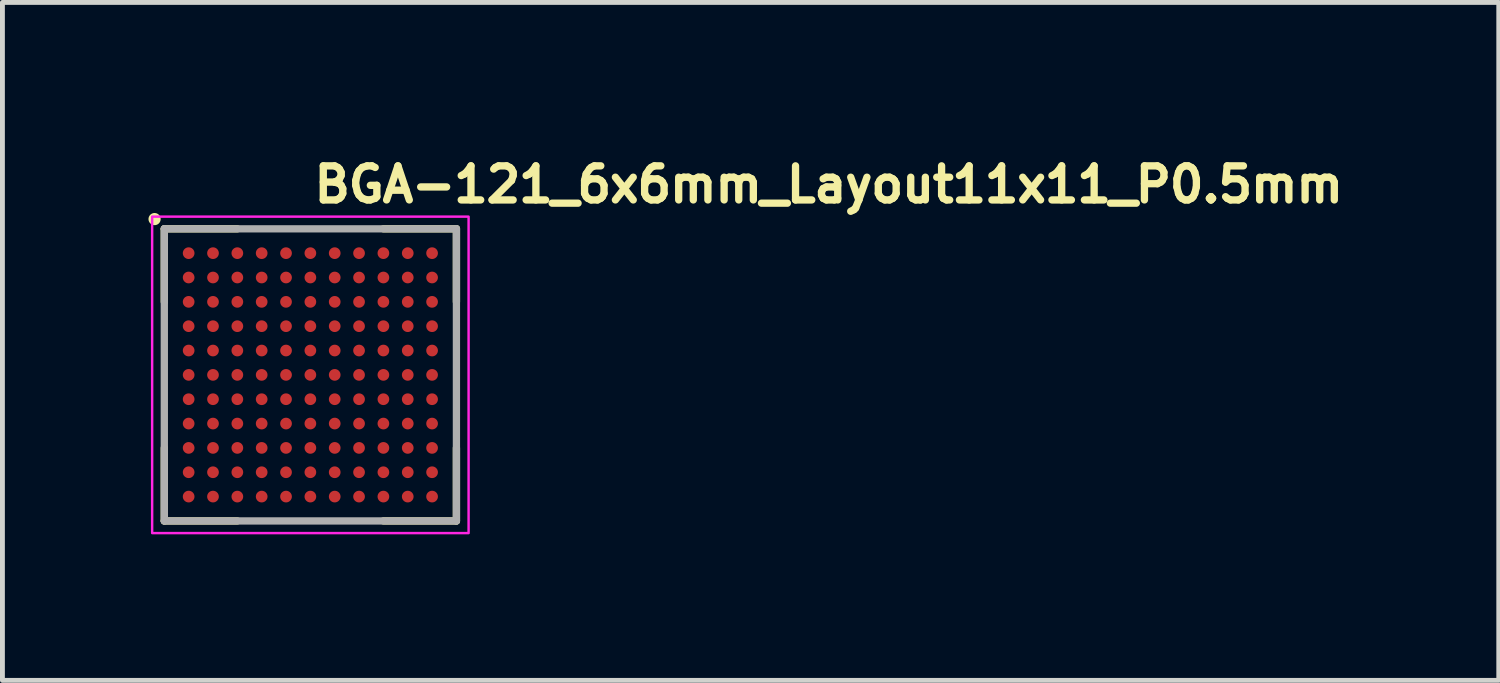
<source format=kicad_pcb>
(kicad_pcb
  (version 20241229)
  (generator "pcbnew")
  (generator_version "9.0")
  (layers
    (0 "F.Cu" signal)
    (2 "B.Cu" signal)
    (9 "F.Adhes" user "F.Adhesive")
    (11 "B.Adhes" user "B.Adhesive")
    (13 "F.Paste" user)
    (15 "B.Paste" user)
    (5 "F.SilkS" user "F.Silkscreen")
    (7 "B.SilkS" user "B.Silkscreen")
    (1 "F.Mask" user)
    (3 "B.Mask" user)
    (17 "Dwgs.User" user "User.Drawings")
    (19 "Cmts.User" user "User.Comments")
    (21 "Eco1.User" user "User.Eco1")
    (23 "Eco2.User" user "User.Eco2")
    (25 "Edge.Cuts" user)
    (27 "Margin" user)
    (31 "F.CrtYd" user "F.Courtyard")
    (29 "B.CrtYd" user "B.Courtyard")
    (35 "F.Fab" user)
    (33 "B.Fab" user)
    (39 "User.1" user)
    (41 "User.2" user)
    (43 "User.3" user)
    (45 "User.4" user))
  (footprint "BGA-121_6x6mm_Layout11x11_P0.5mm"
    (layer "F.Cu")
    (at 3.325 4.65)
    (property "Reference" "BGA-121_6x6mm_Layout11x11_P0.5mm" (at 0 -3.5 0) (layer "F.SilkS") (effects (font (size 0.7 0.7) (thickness 0.15)) (justify left bottom)))
    (attr smd)
    (fp_line (start -3 -3) (end -3 -1.5) (stroke (width 0.15) (type solid)) (layer "F.SilkS"))
    (fp_line (start -3 -3) (end -1.5 -3) (stroke (width 0.15) (type solid)) (layer "F.SilkS"))
    (fp_line (start -3 3) (end -3 1.5) (stroke (width 0.15) (type solid)) (layer "F.SilkS"))
    (fp_line (start -3 3) (end -1.5 3) (stroke (width 0.15) (type solid)) (layer "F.SilkS"))
    (fp_line (start 3 -3) (end 1.5 -3) (stroke (width 0.15) (type solid)) (layer "F.SilkS"))
    (fp_line (start 3 -3) (end 3 -1.5) (stroke (width 0.15) (type solid)) (layer "F.SilkS"))
    (fp_line (start 3 3) (end 1.5 3) (stroke (width 0.15) (type solid)) (layer "F.SilkS"))
    (fp_line (start 3 3) (end 3 1.5) (stroke (width 0.15) (type solid)) (layer "F.SilkS"))
    (fp_circle (center -3.2 -3.2) (end -3.15 -3.2) (stroke (width 0.15) (type solid)) (fill yes) (layer "F.SilkS"))
    (fp_rect (start -3.25 -3.25) (end 3.25 3.25) (stroke (width 0.05) (type solid)) (fill no) (layer "F.CrtYd"))
    (fp_line (start -3 3) (end -3 -3) (stroke (width 0.15) (type solid)) (layer "F.Fab"))
    (fp_line (start 3 -3) (end -3 -3) (stroke (width 0.15) (type solid)) (layer "F.Fab"))
    (fp_line (start 3 3) (end -3 3) (stroke (width 0.15) (type solid)) (layer "F.Fab"))
    (fp_line (start 3 3) (end 3 -3) (stroke (width 0.15) (type solid)) (layer "F.Fab"))
    (fp_rect (start -3 -3) (end 3 3) (stroke (width 0.1) (type solid)) (fill no) (layer "User.5"))
    (fp_line (start -3 -3) (end -3 3) (stroke (width 0.02) (type solid)) (layer "User.9"))
    (fp_line (start -3 3) (end 3 3) (stroke (width 0.02) (type solid)) (layer "User.9"))
    (fp_line (start 3 -3) (end -3 -3) (stroke (width 0.02) (type solid)) (layer "User.9"))
    (fp_line (start 3 3) (end 3 -3) (stroke (width 0.02) (type solid)) (layer "User.9"))
    (pad "A1" smd circle (at -2.5 -2.5) (size 0.24 0.24) (layers "F.Cu" "F.Mask" "F.Paste"))
    (pad "A2" smd circle (at -2 -2.5) (size 0.24 0.24) (layers "F.Cu" "F.Mask" "F.Paste"))
    (pad "A3" smd circle (at -1.5 -2.5) (size 0.24 0.24) (layers "F.Cu" "F.Mask" "F.Paste"))
    (pad "A4" smd circle (at -1 -2.5) (size 0.24 0.24) (layers "F.Cu" "F.Mask" "F.Paste"))
    (pad "A5" smd circle (at -0.5 -2.5) (size 0.24 0.24) (layers "F.Cu" "F.Mask" "F.Paste"))
    (pad "A6" smd circle (at 0 -2.5) (size 0.24 0.24) (layers "F.Cu" "F.Mask" "F.Paste"))
    (pad "A7" smd circle (at 0.5 -2.5) (size 0.24 0.24) (layers "F.Cu" "F.Mask" "F.Paste"))
    (pad "A8" smd circle (at 1 -2.5) (size 0.24 0.24) (layers "F.Cu" "F.Mask" "F.Paste"))
    (pad "A9" smd circle (at 1.5 -2.5) (size 0.24 0.24) (layers "F.Cu" "F.Mask" "F.Paste"))
    (pad "A10" smd circle (at 2 -2.5) (size 0.24 0.24) (layers "F.Cu" "F.Mask" "F.Paste"))
    (pad "A11" smd circle (at 2.5 -2.5) (size 0.24 0.24) (layers "F.Cu" "F.Mask" "F.Paste"))
    (pad "B1" smd circle (at -2.5 -2) (size 0.24 0.24) (layers "F.Cu" "F.Mask" "F.Paste"))
    (pad "B2" smd circle (at -2 -2) (size 0.24 0.24) (layers "F.Cu" "F.Mask" "F.Paste"))
    (pad "B3" smd circle (at -1.5 -2) (size 0.24 0.24) (layers "F.Cu" "F.Mask" "F.Paste"))
    (pad "B4" smd circle (at -1 -2) (size 0.24 0.24) (layers "F.Cu" "F.Mask" "F.Paste"))
    (pad "B5" smd circle (at -0.5 -2) (size 0.24 0.24) (layers "F.Cu" "F.Mask" "F.Paste"))
    (pad "B6" smd circle (at 0 -2) (size 0.24 0.24) (layers "F.Cu" "F.Mask" "F.Paste"))
    (pad "B7" smd circle (at 0.5 -2) (size 0.24 0.24) (layers "F.Cu" "F.Mask" "F.Paste"))
    (pad "B8" smd circle (at 1 -2) (size 0.24 0.24) (layers "F.Cu" "F.Mask" "F.Paste"))
    (pad "B9" smd circle (at 1.5 -2) (size 0.24 0.24) (layers "F.Cu" "F.Mask" "F.Paste"))
    (pad "B10" smd circle (at 2 -2) (size 0.24 0.24) (layers "F.Cu" "F.Mask" "F.Paste"))
    (pad "B11" smd circle (at 2.5 -2) (size 0.24 0.24) (layers "F.Cu" "F.Mask" "F.Paste"))
    (pad "C1" smd circle (at -2.5 -1.5) (size 0.24 0.24) (layers "F.Cu" "F.Mask" "F.Paste"))
    (pad "C2" smd circle (at -2 -1.5) (size 0.24 0.24) (layers "F.Cu" "F.Mask" "F.Paste"))
    (pad "C3" smd circle (at -1.5 -1.5) (size 0.24 0.24) (layers "F.Cu" "F.Mask" "F.Paste"))
    (pad "C4" smd circle (at -1 -1.5) (size 0.24 0.24) (layers "F.Cu" "F.Mask" "F.Paste"))
    (pad "C5" smd circle (at -0.5 -1.5) (size 0.24 0.24) (layers "F.Cu" "F.Mask" "F.Paste"))
    (pad "C6" smd circle (at 0 -1.5) (size 0.24 0.24) (layers "F.Cu" "F.Mask" "F.Paste"))
    (pad "C7" smd circle (at 0.5 -1.5) (size 0.24 0.24) (layers "F.Cu" "F.Mask" "F.Paste"))
    (pad "C8" smd circle (at 1 -1.5) (size 0.24 0.24) (layers "F.Cu" "F.Mask" "F.Paste"))
    (pad "C9" smd circle (at 1.5 -1.5) (size 0.24 0.24) (layers "F.Cu" "F.Mask" "F.Paste"))
    (pad "C10" smd circle (at 2 -1.5) (size 0.24 0.24) (layers "F.Cu" "F.Mask" "F.Paste"))
    (pad "C11" smd circle (at 2.5 -1.5) (size 0.24 0.24) (layers "F.Cu" "F.Mask" "F.Paste"))
    (pad "D1" smd circle (at -2.5 -1) (size 0.24 0.24) (layers "F.Cu" "F.Mask" "F.Paste"))
    (pad "D2" smd circle (at -2 -1) (size 0.24 0.24) (layers "F.Cu" "F.Mask" "F.Paste"))
    (pad "D3" smd circle (at -1.5 -1) (size 0.24 0.24) (layers "F.Cu" "F.Mask" "F.Paste"))
    (pad "D4" smd circle (at -1 -1) (size 0.24 0.24) (layers "F.Cu" "F.Mask" "F.Paste"))
    (pad "D5" smd circle (at -0.5 -1) (size 0.24 0.24) (layers "F.Cu" "F.Mask" "F.Paste"))
    (pad "D6" smd circle (at 0 -1) (size 0.24 0.24) (layers "F.Cu" "F.Mask" "F.Paste"))
    (pad "D7" smd circle (at 0.5 -1) (size 0.24 0.24) (layers "F.Cu" "F.Mask" "F.Paste"))
    (pad "D8" smd circle (at 1 -1) (size 0.24 0.24) (layers "F.Cu" "F.Mask" "F.Paste"))
    (pad "D9" smd circle (at 1.5 -1) (size 0.24 0.24) (layers "F.Cu" "F.Mask" "F.Paste"))
    (pad "D10" smd circle (at 2 -1) (size 0.24 0.24) (layers "F.Cu" "F.Mask" "F.Paste"))
    (pad "D11" smd circle (at 2.5 -1) (size 0.24 0.24) (layers "F.Cu" "F.Mask" "F.Paste"))
    (pad "E1" smd circle (at -2.5 -0.5) (size 0.24 0.24) (layers "F.Cu" "F.Mask" "F.Paste"))
    (pad "E2" smd circle (at -2 -0.5) (size 0.24 0.24) (layers "F.Cu" "F.Mask" "F.Paste"))
    (pad "E3" smd circle (at -1.5 -0.5) (size 0.24 0.24) (layers "F.Cu" "F.Mask" "F.Paste"))
    (pad "E4" smd circle (at -1 -0.5) (size 0.24 0.24) (layers "F.Cu" "F.Mask" "F.Paste"))
    (pad "E5" smd circle (at -0.5 -0.5) (size 0.24 0.24) (layers "F.Cu" "F.Mask" "F.Paste"))
    (pad "E6" smd circle (at 0 -0.5) (size 0.24 0.24) (layers "F.Cu" "F.Mask" "F.Paste"))
    (pad "E7" smd circle (at 0.5 -0.5) (size 0.24 0.24) (layers "F.Cu" "F.Mask" "F.Paste"))
    (pad "E8" smd circle (at 1 -0.5) (size 0.24 0.24) (layers "F.Cu" "F.Mask" "F.Paste"))
    (pad "E9" smd circle (at 1.5 -0.5) (size 0.24 0.24) (layers "F.Cu" "F.Mask" "F.Paste"))
    (pad "E10" smd circle (at 2 -0.5) (size 0.24 0.24) (layers "F.Cu" "F.Mask" "F.Paste"))
    (pad "E11" smd circle (at 2.5 -0.5) (size 0.24 0.24) (layers "F.Cu" "F.Mask" "F.Paste"))
    (pad "F1" smd circle (at -2.5 0) (size 0.24 0.24) (layers "F.Cu" "F.Mask" "F.Paste"))
    (pad "F2" smd circle (at -2 0) (size 0.24 0.24) (layers "F.Cu" "F.Mask" "F.Paste"))
    (pad "F3" smd circle (at -1.5 0) (size 0.24 0.24) (layers "F.Cu" "F.Mask" "F.Paste"))
    (pad "F4" smd circle (at -1 0) (size 0.24 0.24) (layers "F.Cu" "F.Mask" "F.Paste"))
    (pad "F5" smd circle (at -0.5 0) (size 0.24 0.24) (layers "F.Cu" "F.Mask" "F.Paste"))
    (pad "F6" smd circle (at 0 0) (size 0.24 0.24) (layers "F.Cu" "F.Mask" "F.Paste"))
    (pad "F7" smd circle (at 0.5 0) (size 0.24 0.24) (layers "F.Cu" "F.Mask" "F.Paste"))
    (pad "F8" smd circle (at 1 0) (size 0.24 0.24) (layers "F.Cu" "F.Mask" "F.Paste"))
    (pad "F9" smd circle (at 1.5 0) (size 0.24 0.24) (layers "F.Cu" "F.Mask" "F.Paste"))
    (pad "F10" smd circle (at 2 0) (size 0.24 0.24) (layers "F.Cu" "F.Mask" "F.Paste"))
    (pad "F11" smd circle (at 2.5 0) (size 0.24 0.24) (layers "F.Cu" "F.Mask" "F.Paste"))
    (pad "G1" smd circle (at -2.5 0.5) (size 0.24 0.24) (layers "F.Cu" "F.Mask" "F.Paste"))
    (pad "G2" smd circle (at -2 0.5) (size 0.24 0.24) (layers "F.Cu" "F.Mask" "F.Paste"))
    (pad "G3" smd circle (at -1.5 0.5) (size 0.24 0.24) (layers "F.Cu" "F.Mask" "F.Paste"))
    (pad "G4" smd circle (at -1 0.5) (size 0.24 0.24) (layers "F.Cu" "F.Mask" "F.Paste"))
    (pad "G5" smd circle (at -0.5 0.5) (size 0.24 0.24) (layers "F.Cu" "F.Mask" "F.Paste"))
    (pad "G6" smd circle (at 0 0.5) (size 0.24 0.24) (layers "F.Cu" "F.Mask" "F.Paste"))
    (pad "G7" smd circle (at 0.5 0.5) (size 0.24 0.24) (layers "F.Cu" "F.Mask" "F.Paste"))
    (pad "G8" smd circle (at 1 0.5) (size 0.24 0.24) (layers "F.Cu" "F.Mask" "F.Paste"))
    (pad "G9" smd circle (at 1.5 0.5) (size 0.24 0.24) (layers "F.Cu" "F.Mask" "F.Paste"))
    (pad "G10" smd circle (at 2 0.5) (size 0.24 0.24) (layers "F.Cu" "F.Mask" "F.Paste"))
    (pad "G11" smd circle (at 2.5 0.5) (size 0.24 0.24) (layers "F.Cu" "F.Mask" "F.Paste"))
    (pad "H1" smd circle (at -2.5 1) (size 0.24 0.24) (layers "F.Cu" "F.Mask" "F.Paste"))
    (pad "H2" smd circle (at -2 1) (size 0.24 0.24) (layers "F.Cu" "F.Mask" "F.Paste"))
    (pad "H3" smd circle (at -1.5 1) (size 0.24 0.24) (layers "F.Cu" "F.Mask" "F.Paste"))
    (pad "H4" smd circle (at -1 1) (size 0.24 0.24) (layers "F.Cu" "F.Mask" "F.Paste"))
    (pad "H5" smd circle (at -0.5 1) (size 0.24 0.24) (layers "F.Cu" "F.Mask" "F.Paste"))
    (pad "H6" smd circle (at 0 1) (size 0.24 0.24) (layers "F.Cu" "F.Mask" "F.Paste"))
    (pad "H7" smd circle (at 0.5 1) (size 0.24 0.24) (layers "F.Cu" "F.Mask" "F.Paste"))
    (pad "H8" smd circle (at 1 1) (size 0.24 0.24) (layers "F.Cu" "F.Mask" "F.Paste"))
    (pad "H9" smd circle (at 1.5 1) (size 0.24 0.24) (layers "F.Cu" "F.Mask" "F.Paste"))
    (pad "H10" smd circle (at 2 1) (size 0.24 0.24) (layers "F.Cu" "F.Mask" "F.Paste"))
    (pad "H11" smd circle (at 2.5 1) (size 0.24 0.24) (layers "F.Cu" "F.Mask" "F.Paste"))
    (pad "J1" smd circle (at -2.5 1.5) (size 0.24 0.24) (layers "F.Cu" "F.Mask" "F.Paste"))
    (pad "J2" smd circle (at -2 1.5) (size 0.24 0.24) (layers "F.Cu" "F.Mask" "F.Paste"))
    (pad "J3" smd circle (at -1.5 1.5) (size 0.24 0.24) (layers "F.Cu" "F.Mask" "F.Paste"))
    (pad "J4" smd circle (at -1 1.5) (size 0.24 0.24) (layers "F.Cu" "F.Mask" "F.Paste"))
    (pad "J5" smd circle (at -0.5 1.5) (size 0.24 0.24) (layers "F.Cu" "F.Mask" "F.Paste"))
    (pad "J6" smd circle (at 0 1.5) (size 0.24 0.24) (layers "F.Cu" "F.Mask" "F.Paste"))
    (pad "J7" smd circle (at 0.5 1.5) (size 0.24 0.24) (layers "F.Cu" "F.Mask" "F.Paste"))
    (pad "J8" smd circle (at 1 1.5) (size 0.24 0.24) (layers "F.Cu" "F.Mask" "F.Paste"))
    (pad "J9" smd circle (at 1.5 1.5) (size 0.24 0.24) (layers "F.Cu" "F.Mask" "F.Paste"))
    (pad "J10" smd circle (at 2 1.5) (size 0.24 0.24) (layers "F.Cu" "F.Mask" "F.Paste"))
    (pad "J11" smd circle (at 2.5 1.5) (size 0.24 0.24) (layers "F.Cu" "F.Mask" "F.Paste"))
    (pad "K1" smd circle (at -2.5 2) (size 0.24 0.24) (layers "F.Cu" "F.Mask" "F.Paste"))
    (pad "K2" smd circle (at -2 2) (size 0.24 0.24) (layers "F.Cu" "F.Mask" "F.Paste"))
    (pad "K3" smd circle (at -1.5 2) (size 0.24 0.24) (layers "F.Cu" "F.Mask" "F.Paste"))
    (pad "K4" smd circle (at -1 2) (size 0.24 0.24) (layers "F.Cu" "F.Mask" "F.Paste"))
    (pad "K5" smd circle (at -0.5 2) (size 0.24 0.24) (layers "F.Cu" "F.Mask" "F.Paste"))
    (pad "K6" smd circle (at 0 2) (size 0.24 0.24) (layers "F.Cu" "F.Mask" "F.Paste"))
    (pad "K7" smd circle (at 0.5 2) (size 0.24 0.24) (layers "F.Cu" "F.Mask" "F.Paste"))
    (pad "K8" smd circle (at 1 2) (size 0.24 0.24) (layers "F.Cu" "F.Mask" "F.Paste"))
    (pad "K9" smd circle (at 1.5 2) (size 0.24 0.24) (layers "F.Cu" "F.Mask" "F.Paste"))
    (pad "K10" smd circle (at 2 2) (size 0.24 0.24) (layers "F.Cu" "F.Mask" "F.Paste"))
    (pad "K11" smd circle (at 2.5 2) (size 0.24 0.24) (layers "F.Cu" "F.Mask" "F.Paste"))
    (pad "L1" smd circle (at -2.5 2.5) (size 0.24 0.24) (layers "F.Cu" "F.Mask" "F.Paste"))
    (pad "L2" smd circle (at -2 2.5) (size 0.24 0.24) (layers "F.Cu" "F.Mask" "F.Paste"))
    (pad "L3" smd circle (at -1.5 2.5) (size 0.24 0.24) (layers "F.Cu" "F.Mask" "F.Paste"))
    (pad "L4" smd circle (at -1 2.5) (size 0.24 0.24) (layers "F.Cu" "F.Mask" "F.Paste"))
    (pad "L5" smd circle (at -0.5 2.5) (size 0.24 0.24) (layers "F.Cu" "F.Mask" "F.Paste"))
    (pad "L6" smd circle (at 0 2.5) (size 0.24 0.24) (layers "F.Cu" "F.Mask" "F.Paste"))
    (pad "L7" smd circle (at 0.5 2.5) (size 0.24 0.24) (layers "F.Cu" "F.Mask" "F.Paste"))
    (pad "L8" smd circle (at 1 2.5) (size 0.24 0.24) (layers "F.Cu" "F.Mask" "F.Paste"))
    (pad "L9" smd circle (at 1.5 2.5) (size 0.24 0.24) (layers "F.Cu" "F.Mask" "F.Paste"))
    (pad "L10" smd circle (at 2 2.5) (size 0.24 0.24) (layers "F.Cu" "F.Mask" "F.Paste"))
    (pad "L11" smd circle (at 2.5 2.5) (size 0.24 0.24) (layers "F.Cu" "F.Mask" "F.Paste")))
  (gr_rect
    (start -3 -3)
    (end 27.735 10.925)
    (stroke (width 0.1) (type default))
    (fill no)
    (layer "Edge.Cuts")))
</source>
